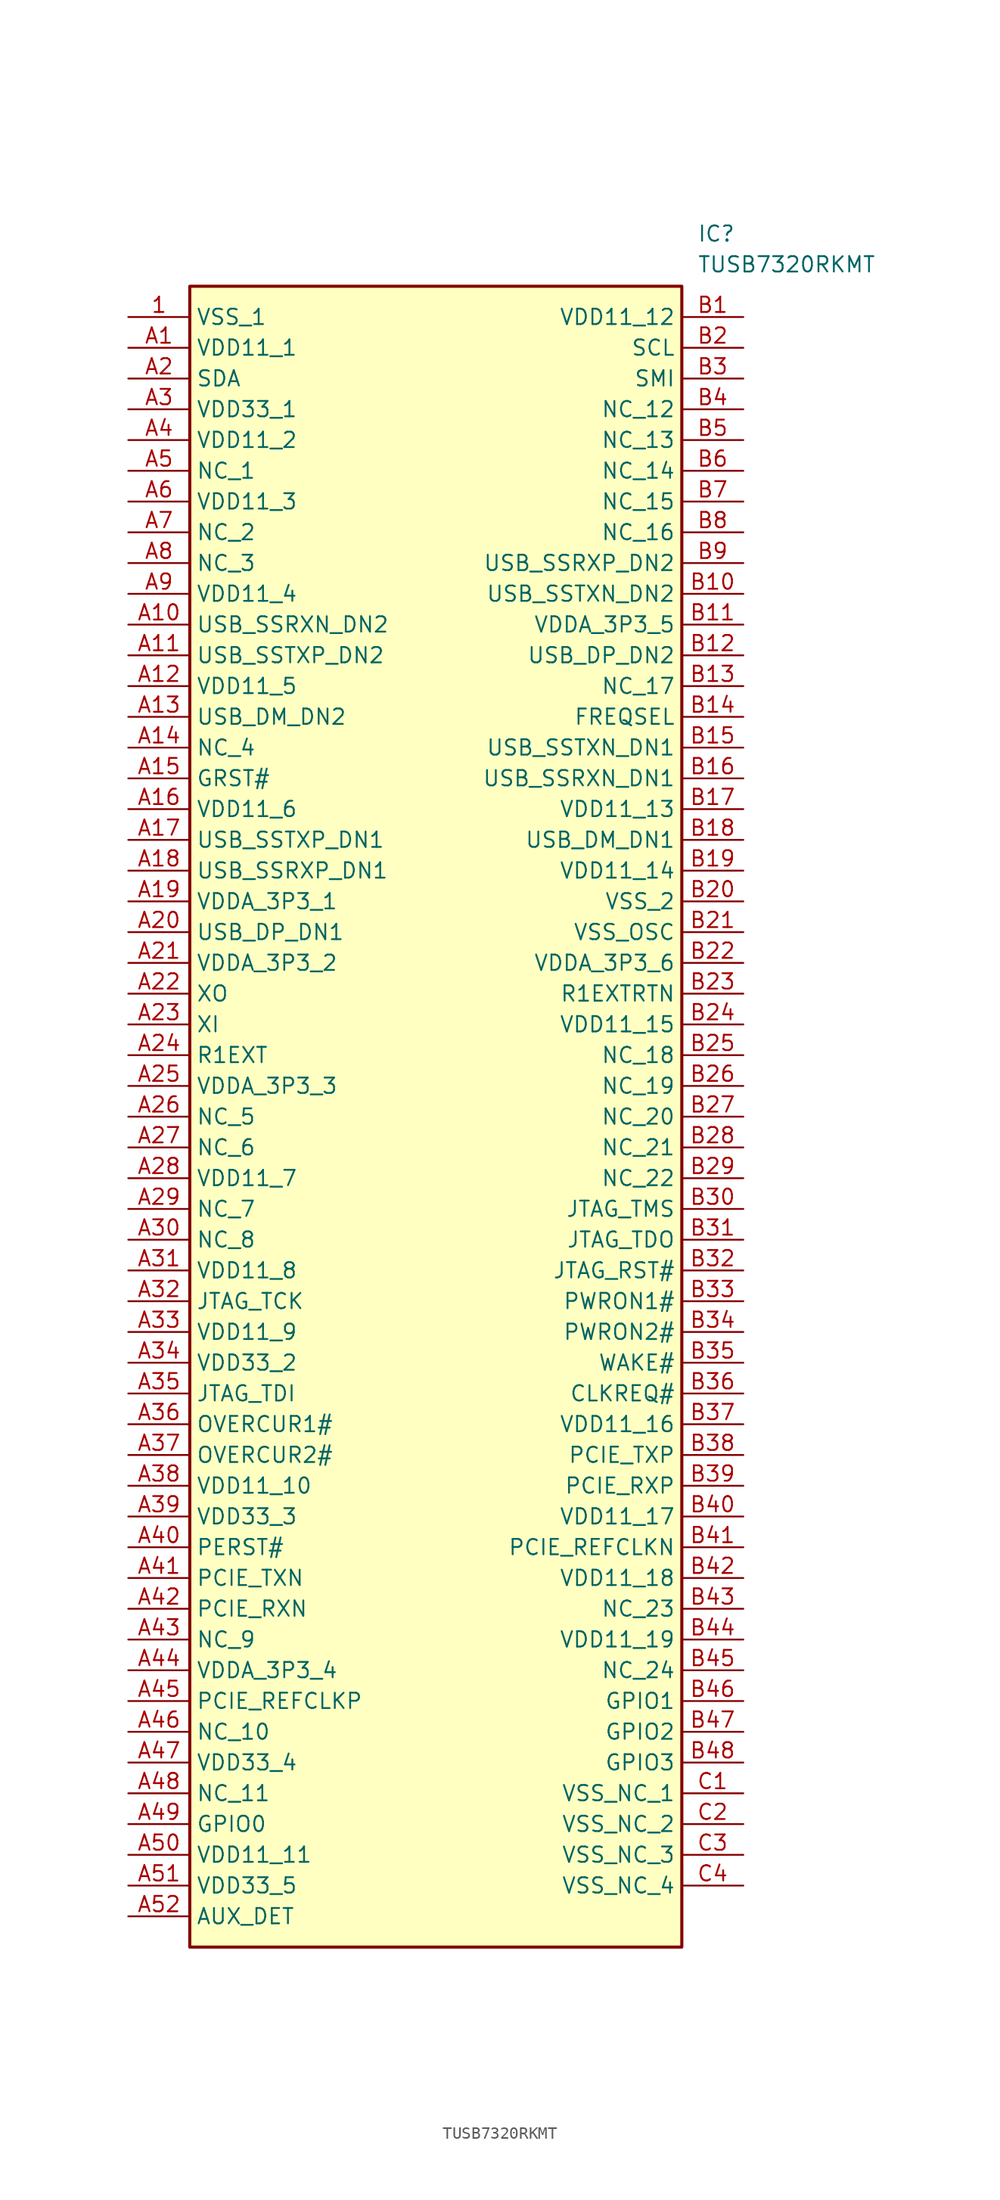
<source format=kicad_sym>
(kicad_symbol_lib
  (version 20211014)
  (generator SamacSys_ECAD_Model)
  (symbol "TUSB7320RKMT"
    (property "Reference" "IC"
      (at 46.99 7.62 0)
      (effects (font (size 1.27 1.27)) (justify left top)))
    (property "Value" "TUSB7320RKMT"
      (at 46.99 5.08 0)
      (effects (font (size 1.27 1.27)) (justify left top)))
    (rectangle
      (start 5.08 2.54)
      (end 45.72 -134.62)
      (stroke (width 0.254) (type default))
      (fill (type background)))
    (pin passive line
      (at 0 0 0)
      (length 5.08)
      (name "VSS_1" (effects (font (size 1.27 1.27))))
      (number "1" (effects (font (size 1.27 1.27)))))
    (pin passive line
      (at 0 -2.54 0)
      (length 5.08)
      (name "VDD11_1" (effects (font (size 1.27 1.27))))
      (number "A1" (effects (font (size 1.27 1.27)))))
    (pin passive line
      (at 0 -5.08 0)
      (length 5.08)
      (name "SDA" (effects (font (size 1.27 1.27))))
      (number "A2" (effects (font (size 1.27 1.27)))))
    (pin passive line
      (at 0 -7.62 0)
      (length 5.08)
      (name "VDD33_1" (effects (font (size 1.27 1.27))))
      (number "A3" (effects (font (size 1.27 1.27)))))
    (pin passive line
      (at 0 -10.16 0)
      (length 5.08)
      (name "VDD11_2" (effects (font (size 1.27 1.27))))
      (number "A4" (effects (font (size 1.27 1.27)))))
    (pin passive line
      (at 0 -12.7 0)
      (length 5.08)
      (name "NC_1" (effects (font (size 1.27 1.27))))
      (number "A5" (effects (font (size 1.27 1.27)))))
    (pin passive line
      (at 0 -15.24 0)
      (length 5.08)
      (name "VDD11_3" (effects (font (size 1.27 1.27))))
      (number "A6" (effects (font (size 1.27 1.27)))))
    (pin passive line
      (at 0 -17.78 0)
      (length 5.08)
      (name "NC_2" (effects (font (size 1.27 1.27))))
      (number "A7" (effects (font (size 1.27 1.27)))))
    (pin passive line
      (at 0 -20.32 0)
      (length 5.08)
      (name "NC_3" (effects (font (size 1.27 1.27))))
      (number "A8" (effects (font (size 1.27 1.27)))))
    (pin passive line
      (at 0 -22.86 0)
      (length 5.08)
      (name "VDD11_4" (effects (font (size 1.27 1.27))))
      (number "A9" (effects (font (size 1.27 1.27)))))
    (pin passive line
      (at 0 -25.4 0)
      (length 5.08)
      (name "USB_SSRXN_DN2" (effects (font (size 1.27 1.27))))
      (number "A10" (effects (font (size 1.27 1.27)))))
    (pin passive line
      (at 0 -27.94 0)
      (length 5.08)
      (name "USB_SSTXP_DN2" (effects (font (size 1.27 1.27))))
      (number "A11" (effects (font (size 1.27 1.27)))))
    (pin passive line
      (at 0 -30.48 0)
      (length 5.08)
      (name "VDD11_5" (effects (font (size 1.27 1.27))))
      (number "A12" (effects (font (size 1.27 1.27)))))
    (pin passive line
      (at 0 -33.02 0)
      (length 5.08)
      (name "USB_DM_DN2" (effects (font (size 1.27 1.27))))
      (number "A13" (effects (font (size 1.27 1.27)))))
    (pin passive line
      (at 0 -35.56 0)
      (length 5.08)
      (name "NC_4" (effects (font (size 1.27 1.27))))
      (number "A14" (effects (font (size 1.27 1.27)))))
    (pin passive line
      (at 0 -38.1 0)
      (length 5.08)
      (name "GRST#" (effects (font (size 1.27 1.27))))
      (number "A15" (effects (font (size 1.27 1.27)))))
    (pin passive line
      (at 0 -40.64 0)
      (length 5.08)
      (name "VDD11_6" (effects (font (size 1.27 1.27))))
      (number "A16" (effects (font (size 1.27 1.27)))))
    (pin passive line
      (at 0 -43.18 0)
      (length 5.08)
      (name "USB_SSTXP_DN1" (effects (font (size 1.27 1.27))))
      (number "A17" (effects (font (size 1.27 1.27)))))
    (pin passive line
      (at 0 -45.72 0)
      (length 5.08)
      (name "USB_SSRXP_DN1" (effects (font (size 1.27 1.27))))
      (number "A18" (effects (font (size 1.27 1.27)))))
    (pin passive line
      (at 0 -48.26 0)
      (length 5.08)
      (name "VDDA_3P3_1" (effects (font (size 1.27 1.27))))
      (number "A19" (effects (font (size 1.27 1.27)))))
    (pin passive line
      (at 0 -50.8 0)
      (length 5.08)
      (name "USB_DP_DN1" (effects (font (size 1.27 1.27))))
      (number "A20" (effects (font (size 1.27 1.27)))))
    (pin passive line
      (at 0 -53.34 0)
      (length 5.08)
      (name "VDDA_3P3_2" (effects (font (size 1.27 1.27))))
      (number "A21" (effects (font (size 1.27 1.27)))))
    (pin passive line
      (at 0 -55.88 0)
      (length 5.08)
      (name "XO" (effects (font (size 1.27 1.27))))
      (number "A22" (effects (font (size 1.27 1.27)))))
    (pin passive line
      (at 0 -58.42 0)
      (length 5.08)
      (name "XI" (effects (font (size 1.27 1.27))))
      (number "A23" (effects (font (size 1.27 1.27)))))
    (pin passive line
      (at 0 -60.96 0)
      (length 5.08)
      (name "R1EXT" (effects (font (size 1.27 1.27))))
      (number "A24" (effects (font (size 1.27 1.27)))))
    (pin passive line
      (at 0 -63.5 0)
      (length 5.08)
      (name "VDDA_3P3_3" (effects (font (size 1.27 1.27))))
      (number "A25" (effects (font (size 1.27 1.27)))))
    (pin passive line
      (at 0 -66.04 0)
      (length 5.08)
      (name "NC_5" (effects (font (size 1.27 1.27))))
      (number "A26" (effects (font (size 1.27 1.27)))))
    (pin passive line
      (at 0 -68.58 0)
      (length 5.08)
      (name "NC_6" (effects (font (size 1.27 1.27))))
      (number "A27" (effects (font (size 1.27 1.27)))))
    (pin passive line
      (at 0 -71.12 0)
      (length 5.08)
      (name "VDD11_7" (effects (font (size 1.27 1.27))))
      (number "A28" (effects (font (size 1.27 1.27)))))
    (pin passive line
      (at 0 -73.66 0)
      (length 5.08)
      (name "NC_7" (effects (font (size 1.27 1.27))))
      (number "A29" (effects (font (size 1.27 1.27)))))
    (pin passive line
      (at 0 -76.2 0)
      (length 5.08)
      (name "NC_8" (effects (font (size 1.27 1.27))))
      (number "A30" (effects (font (size 1.27 1.27)))))
    (pin passive line
      (at 0 -78.74 0)
      (length 5.08)
      (name "VDD11_8" (effects (font (size 1.27 1.27))))
      (number "A31" (effects (font (size 1.27 1.27)))))
    (pin passive line
      (at 0 -81.28 0)
      (length 5.08)
      (name "JTAG_TCK" (effects (font (size 1.27 1.27))))
      (number "A32" (effects (font (size 1.27 1.27)))))
    (pin passive line
      (at 0 -83.82 0)
      (length 5.08)
      (name "VDD11_9" (effects (font (size 1.27 1.27))))
      (number "A33" (effects (font (size 1.27 1.27)))))
    (pin passive line
      (at 0 -86.36 0)
      (length 5.08)
      (name "VDD33_2" (effects (font (size 1.27 1.27))))
      (number "A34" (effects (font (size 1.27 1.27)))))
    (pin passive line
      (at 0 -88.9 0)
      (length 5.08)
      (name "JTAG_TDI" (effects (font (size 1.27 1.27))))
      (number "A35" (effects (font (size 1.27 1.27)))))
    (pin passive line
      (at 0 -91.44 0)
      (length 5.08)
      (name "OVERCUR1#" (effects (font (size 1.27 1.27))))
      (number "A36" (effects (font (size 1.27 1.27)))))
    (pin passive line
      (at 0 -93.98 0)
      (length 5.08)
      (name "OVERCUR2#" (effects (font (size 1.27 1.27))))
      (number "A37" (effects (font (size 1.27 1.27)))))
    (pin passive line
      (at 0 -96.52 0)
      (length 5.08)
      (name "VDD11_10" (effects (font (size 1.27 1.27))))
      (number "A38" (effects (font (size 1.27 1.27)))))
    (pin passive line
      (at 0 -99.06 0)
      (length 5.08)
      (name "VDD33_3" (effects (font (size 1.27 1.27))))
      (number "A39" (effects (font (size 1.27 1.27)))))
    (pin passive line
      (at 0 -101.6 0)
      (length 5.08)
      (name "PERST#" (effects (font (size 1.27 1.27))))
      (number "A40" (effects (font (size 1.27 1.27)))))
    (pin passive line
      (at 0 -104.14 0)
      (length 5.08)
      (name "PCIE_TXN" (effects (font (size 1.27 1.27))))
      (number "A41" (effects (font (size 1.27 1.27)))))
    (pin passive line
      (at 0 -106.68 0)
      (length 5.08)
      (name "PCIE_RXN" (effects (font (size 1.27 1.27))))
      (number "A42" (effects (font (size 1.27 1.27)))))
    (pin passive line
      (at 0 -109.22 0)
      (length 5.08)
      (name "NC_9" (effects (font (size 1.27 1.27))))
      (number "A43" (effects (font (size 1.27 1.27)))))
    (pin passive line
      (at 0 -111.76 0)
      (length 5.08)
      (name "VDDA_3P3_4" (effects (font (size 1.27 1.27))))
      (number "A44" (effects (font (size 1.27 1.27)))))
    (pin passive line
      (at 0 -114.3 0)
      (length 5.08)
      (name "PCIE_REFCLKP" (effects (font (size 1.27 1.27))))
      (number "A45" (effects (font (size 1.27 1.27)))))
    (pin passive line
      (at 0 -116.84 0)
      (length 5.08)
      (name "NC_10" (effects (font (size 1.27 1.27))))
      (number "A46" (effects (font (size 1.27 1.27)))))
    (pin passive line
      (at 0 -119.38 0)
      (length 5.08)
      (name "VDD33_4" (effects (font (size 1.27 1.27))))
      (number "A47" (effects (font (size 1.27 1.27)))))
    (pin passive line
      (at 0 -121.92 0)
      (length 5.08)
      (name "NC_11" (effects (font (size 1.27 1.27))))
      (number "A48" (effects (font (size 1.27 1.27)))))
    (pin passive line
      (at 0 -124.46 0)
      (length 5.08)
      (name "GPIO0" (effects (font (size 1.27 1.27))))
      (number "A49" (effects (font (size 1.27 1.27)))))
    (pin passive line
      (at 0 -127 0)
      (length 5.08)
      (name "VDD11_11" (effects (font (size 1.27 1.27))))
      (number "A50" (effects (font (size 1.27 1.27)))))
    (pin passive line
      (at 0 -129.54 0)
      (length 5.08)
      (name "VDD33_5" (effects (font (size 1.27 1.27))))
      (number "A51" (effects (font (size 1.27 1.27)))))
    (pin passive line
      (at 0 -132.08 0)
      (length 5.08)
      (name "AUX_DET" (effects (font (size 1.27 1.27))))
      (number "A52" (effects (font (size 1.27 1.27)))))
    (pin passive line
      (at 50.8 0 180)
      (length 5.08)
      (name "VDD11_12" (effects (font (size 1.27 1.27))))
      (number "B1" (effects (font (size 1.27 1.27)))))
    (pin passive line
      (at 50.8 -2.54 180)
      (length 5.08)
      (name "SCL" (effects (font (size 1.27 1.27))))
      (number "B2" (effects (font (size 1.27 1.27)))))
    (pin passive line
      (at 50.8 -5.08 180)
      (length 5.08)
      (name "SMI" (effects (font (size 1.27 1.27))))
      (number "B3" (effects (font (size 1.27 1.27)))))
    (pin passive line
      (at 50.8 -7.62 180)
      (length 5.08)
      (name "NC_12" (effects (font (size 1.27 1.27))))
      (number "B4" (effects (font (size 1.27 1.27)))))
    (pin passive line
      (at 50.8 -10.16 180)
      (length 5.08)
      (name "NC_13" (effects (font (size 1.27 1.27))))
      (number "B5" (effects (font (size 1.27 1.27)))))
    (pin passive line
      (at 50.8 -12.7 180)
      (length 5.08)
      (name "NC_14" (effects (font (size 1.27 1.27))))
      (number "B6" (effects (font (size 1.27 1.27)))))
    (pin passive line
      (at 50.8 -15.24 180)
      (length 5.08)
      (name "NC_15" (effects (font (size 1.27 1.27))))
      (number "B7" (effects (font (size 1.27 1.27)))))
    (pin passive line
      (at 50.8 -17.78 180)
      (length 5.08)
      (name "NC_16" (effects (font (size 1.27 1.27))))
      (number "B8" (effects (font (size 1.27 1.27)))))
    (pin passive line
      (at 50.8 -20.32 180)
      (length 5.08)
      (name "USB_SSRXP_DN2" (effects (font (size 1.27 1.27))))
      (number "B9" (effects (font (size 1.27 1.27)))))
    (pin passive line
      (at 50.8 -22.86 180)
      (length 5.08)
      (name "USB_SSTXN_DN2" (effects (font (size 1.27 1.27))))
      (number "B10" (effects (font (size 1.27 1.27)))))
    (pin passive line
      (at 50.8 -25.4 180)
      (length 5.08)
      (name "VDDA_3P3_5" (effects (font (size 1.27 1.27))))
      (number "B11" (effects (font (size 1.27 1.27)))))
    (pin passive line
      (at 50.8 -27.94 180)
      (length 5.08)
      (name "USB_DP_DN2" (effects (font (size 1.27 1.27))))
      (number "B12" (effects (font (size 1.27 1.27)))))
    (pin passive line
      (at 50.8 -30.48 180)
      (length 5.08)
      (name "NC_17" (effects (font (size 1.27 1.27))))
      (number "B13" (effects (font (size 1.27 1.27)))))
    (pin passive line
      (at 50.8 -33.02 180)
      (length 5.08)
      (name "FREQSEL" (effects (font (size 1.27 1.27))))
      (number "B14" (effects (font (size 1.27 1.27)))))
    (pin passive line
      (at 50.8 -35.56 180)
      (length 5.08)
      (name "USB_SSTXN_DN1" (effects (font (size 1.27 1.27))))
      (number "B15" (effects (font (size 1.27 1.27)))))
    (pin passive line
      (at 50.8 -38.1 180)
      (length 5.08)
      (name "USB_SSRXN_DN1" (effects (font (size 1.27 1.27))))
      (number "B16" (effects (font (size 1.27 1.27)))))
    (pin passive line
      (at 50.8 -40.64 180)
      (length 5.08)
      (name "VDD11_13" (effects (font (size 1.27 1.27))))
      (number "B17" (effects (font (size 1.27 1.27)))))
    (pin passive line
      (at 50.8 -43.18 180)
      (length 5.08)
      (name "USB_DM_DN1" (effects (font (size 1.27 1.27))))
      (number "B18" (effects (font (size 1.27 1.27)))))
    (pin passive line
      (at 50.8 -45.72 180)
      (length 5.08)
      (name "VDD11_14" (effects (font (size 1.27 1.27))))
      (number "B19" (effects (font (size 1.27 1.27)))))
    (pin passive line
      (at 50.8 -48.26 180)
      (length 5.08)
      (name "VSS_2" (effects (font (size 1.27 1.27))))
      (number "B20" (effects (font (size 1.27 1.27)))))
    (pin passive line
      (at 50.8 -50.8 180)
      (length 5.08)
      (name "VSS_OSC" (effects (font (size 1.27 1.27))))
      (number "B21" (effects (font (size 1.27 1.27)))))
    (pin passive line
      (at 50.8 -53.34 180)
      (length 5.08)
      (name "VDDA_3P3_6" (effects (font (size 1.27 1.27))))
      (number "B22" (effects (font (size 1.27 1.27)))))
    (pin passive line
      (at 50.8 -55.88 180)
      (length 5.08)
      (name "R1EXTRTN" (effects (font (size 1.27 1.27))))
      (number "B23" (effects (font (size 1.27 1.27)))))
    (pin passive line
      (at 50.8 -58.42 180)
      (length 5.08)
      (name "VDD11_15" (effects (font (size 1.27 1.27))))
      (number "B24" (effects (font (size 1.27 1.27)))))
    (pin passive line
      (at 50.8 -60.96 180)
      (length 5.08)
      (name "NC_18" (effects (font (size 1.27 1.27))))
      (number "B25" (effects (font (size 1.27 1.27)))))
    (pin passive line
      (at 50.8 -63.5 180)
      (length 5.08)
      (name "NC_19" (effects (font (size 1.27 1.27))))
      (number "B26" (effects (font (size 1.27 1.27)))))
    (pin passive line
      (at 50.8 -66.04 180)
      (length 5.08)
      (name "NC_20" (effects (font (size 1.27 1.27))))
      (number "B27" (effects (font (size 1.27 1.27)))))
    (pin passive line
      (at 50.8 -68.58 180)
      (length 5.08)
      (name "NC_21" (effects (font (size 1.27 1.27))))
      (number "B28" (effects (font (size 1.27 1.27)))))
    (pin passive line
      (at 50.8 -71.12 180)
      (length 5.08)
      (name "NC_22" (effects (font (size 1.27 1.27))))
      (number "B29" (effects (font (size 1.27 1.27)))))
    (pin passive line
      (at 50.8 -73.66 180)
      (length 5.08)
      (name "JTAG_TMS" (effects (font (size 1.27 1.27))))
      (number "B30" (effects (font (size 1.27 1.27)))))
    (pin passive line
      (at 50.8 -76.2 180)
      (length 5.08)
      (name "JTAG_TDO" (effects (font (size 1.27 1.27))))
      (number "B31" (effects (font (size 1.27 1.27)))))
    (pin passive line
      (at 50.8 -78.74 180)
      (length 5.08)
      (name "JTAG_RST#" (effects (font (size 1.27 1.27))))
      (number "B32" (effects (font (size 1.27 1.27)))))
    (pin passive line
      (at 50.8 -81.28 180)
      (length 5.08)
      (name "PWRON1#" (effects (font (size 1.27 1.27))))
      (number "B33" (effects (font (size 1.27 1.27)))))
    (pin passive line
      (at 50.8 -83.82 180)
      (length 5.08)
      (name "PWRON2#" (effects (font (size 1.27 1.27))))
      (number "B34" (effects (font (size 1.27 1.27)))))
    (pin passive line
      (at 50.8 -86.36 180)
      (length 5.08)
      (name "WAKE#" (effects (font (size 1.27 1.27))))
      (number "B35" (effects (font (size 1.27 1.27)))))
    (pin passive line
      (at 50.8 -88.9 180)
      (length 5.08)
      (name "CLKREQ#" (effects (font (size 1.27 1.27))))
      (number "B36" (effects (font (size 1.27 1.27)))))
    (pin passive line
      (at 50.8 -91.44 180)
      (length 5.08)
      (name "VDD11_16" (effects (font (size 1.27 1.27))))
      (number "B37" (effects (font (size 1.27 1.27)))))
    (pin passive line
      (at 50.8 -93.98 180)
      (length 5.08)
      (name "PCIE_TXP" (effects (font (size 1.27 1.27))))
      (number "B38" (effects (font (size 1.27 1.27)))))
    (pin passive line
      (at 50.8 -96.52 180)
      (length 5.08)
      (name "PCIE_RXP" (effects (font (size 1.27 1.27))))
      (number "B39" (effects (font (size 1.27 1.27)))))
    (pin passive line
      (at 50.8 -99.06 180)
      (length 5.08)
      (name "VDD11_17" (effects (font (size 1.27 1.27))))
      (number "B40" (effects (font (size 1.27 1.27)))))
    (pin passive line
      (at 50.8 -101.6 180)
      (length 5.08)
      (name "PCIE_REFCLKN" (effects (font (size 1.27 1.27))))
      (number "B41" (effects (font (size 1.27 1.27)))))
    (pin passive line
      (at 50.8 -104.14 180)
      (length 5.08)
      (name "VDD11_18" (effects (font (size 1.27 1.27))))
      (number "B42" (effects (font (size 1.27 1.27)))))
    (pin passive line
      (at 50.8 -106.68 180)
      (length 5.08)
      (name "NC_23" (effects (font (size 1.27 1.27))))
      (number "B43" (effects (font (size 1.27 1.27)))))
    (pin passive line
      (at 50.8 -109.22 180)
      (length 5.08)
      (name "VDD11_19" (effects (font (size 1.27 1.27))))
      (number "B44" (effects (font (size 1.27 1.27)))))
    (pin passive line
      (at 50.8 -111.76 180)
      (length 5.08)
      (name "NC_24" (effects (font (size 1.27 1.27))))
      (number "B45" (effects (font (size 1.27 1.27)))))
    (pin passive line
      (at 50.8 -114.3 180)
      (length 5.08)
      (name "GPIO1" (effects (font (size 1.27 1.27))))
      (number "B46" (effects (font (size 1.27 1.27)))))
    (pin passive line
      (at 50.8 -116.84 180)
      (length 5.08)
      (name "GPIO2" (effects (font (size 1.27 1.27))))
      (number "B47" (effects (font (size 1.27 1.27)))))
    (pin passive line
      (at 50.8 -119.38 180)
      (length 5.08)
      (name "GPIO3" (effects (font (size 1.27 1.27))))
      (number "B48" (effects (font (size 1.27 1.27)))))
    (pin passive line
      (at 50.8 -121.92 180)
      (length 5.08)
      (name "VSS_NC_1" (effects (font (size 1.27 1.27))))
      (number "C1" (effects (font (size 1.27 1.27)))))
    (pin passive line
      (at 50.8 -124.46 180)
      (length 5.08)
      (name "VSS_NC_2" (effects (font (size 1.27 1.27))))
      (number "C2" (effects (font (size 1.27 1.27)))))
    (pin passive line
      (at 50.8 -127 180)
      (length 5.08)
      (name "VSS_NC_3" (effects (font (size 1.27 1.27))))
      (number "C3" (effects (font (size 1.27 1.27)))))
    (pin passive line
      (at 50.8 -129.54 180)
      (length 5.08)
      (name "VSS_NC_4" (effects (font (size 1.27 1.27))))
      (number "C4" (effects (font (size 1.27 1.27)))))))
</source>
